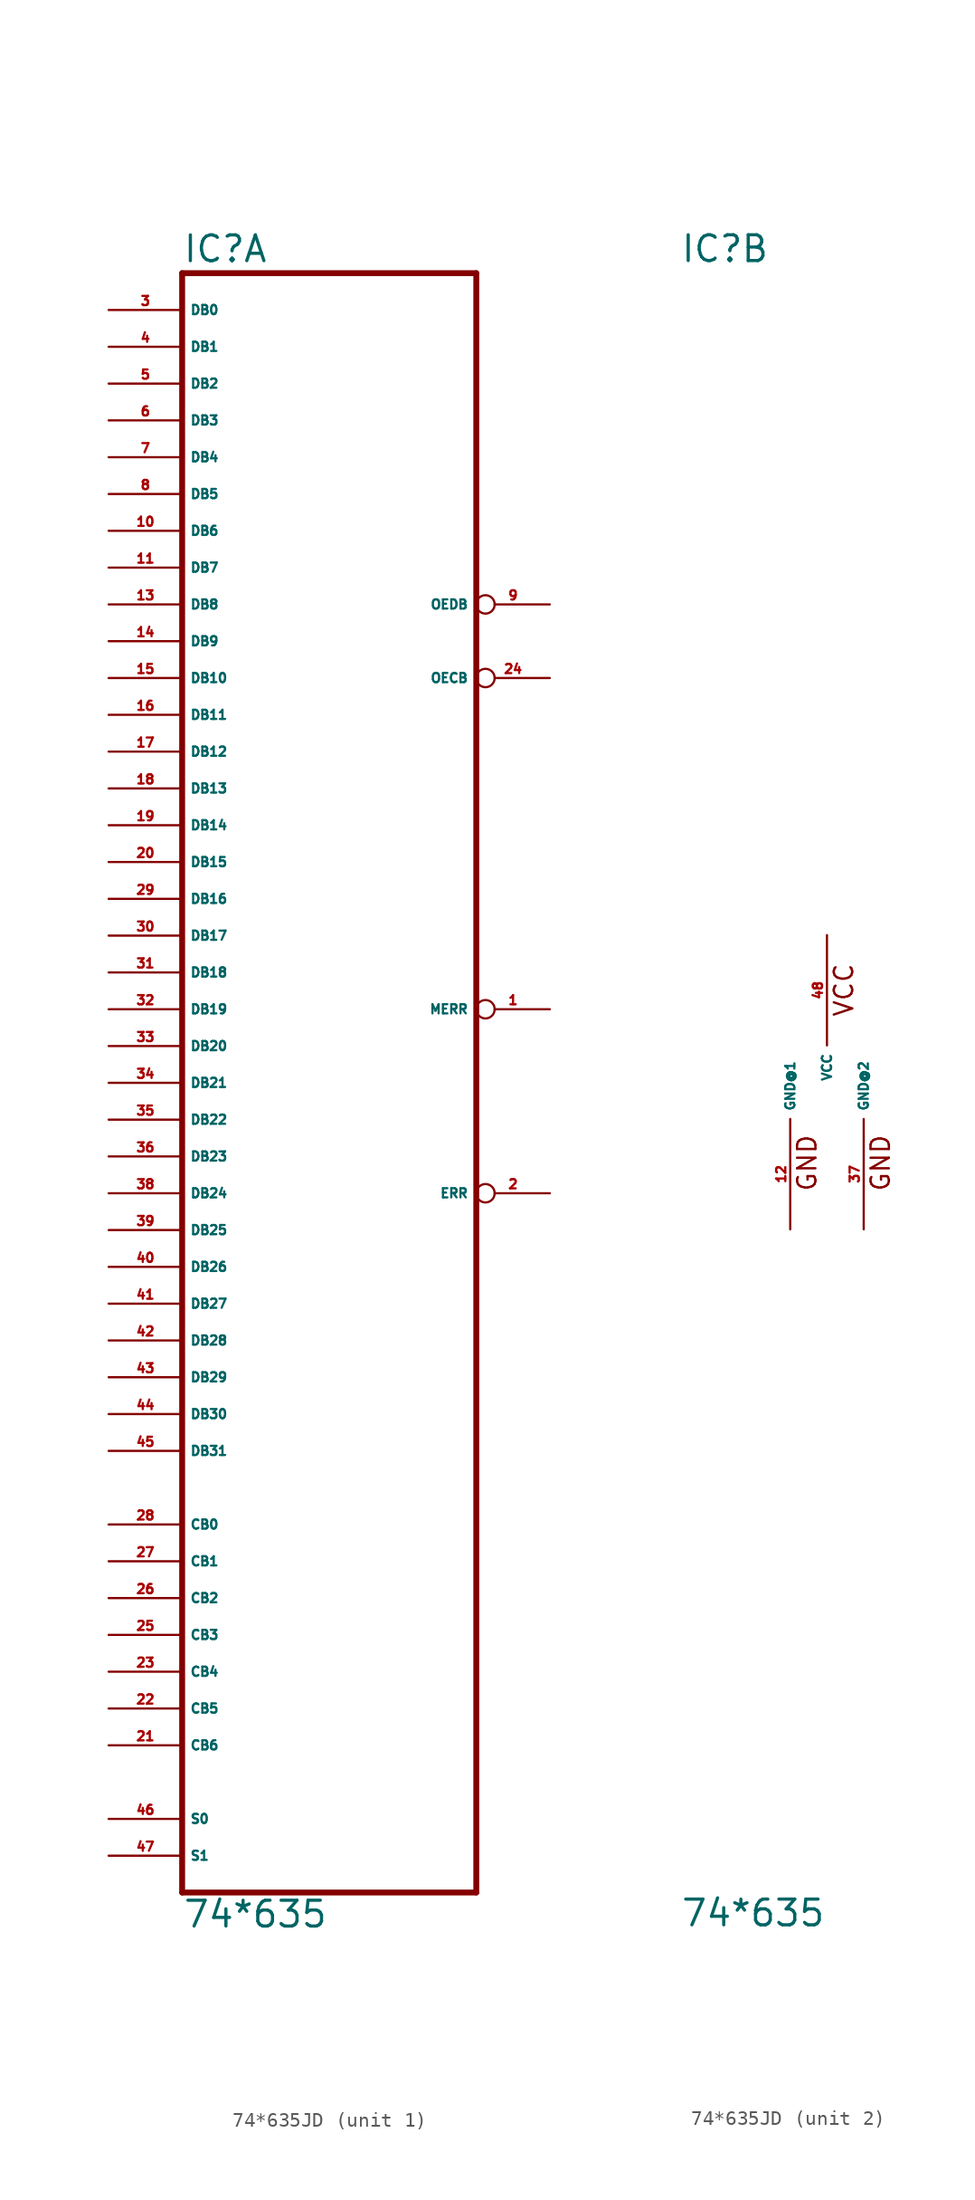
<source format=kicad_sym>
(kicad_symbol_lib
  (version 20220914)
  (generator Eagle2Kicad)
  (symbol "74*635JD"
    (property "Reference" "IC"
      (at -10.16 56.515 0)
      (effects (font (size 1.778 1.778) (thickness 0.22)) (justify left bottom)))
    (property "Value" "74*635"
      (at -10.16 -58.42 0)
      (effects (font (size 1.778 1.778) (thickness 0.22)) (justify left bottom)))
    (symbol "74*635JD_1_0"
      (polyline (pts (xy -10.16 -55.88) (xy 10.16 -55.88)) (stroke (width 0.406) (type default)) (fill (type none)))
      (polyline (pts (xy 10.16 -55.88) (xy 10.16 55.88)) (stroke (width 0.406) (type default)) (fill (type none)))
      (polyline (pts (xy 10.16 55.88) (xy -10.16 55.88)) (stroke (width 0.406) (type default)) (fill (type none)))
      (polyline (pts (xy -10.16 55.88) (xy -10.16 -55.88)) (stroke (width 0.406) (type default)) (fill (type none)))
      (pin output inverted (at 15.24 5.08 180) (length 5.08) (name "MERR" (effects (font (size 0.635 0.635) (thickness 0.08)) (justify left bottom))) (number "1" (effects (font (size 0.635 0.635) (thickness 0.08)) (justify left bottom))))
      (pin output inverted (at 15.24 -7.62 180) (length 5.08) (name "ERR" (effects (font (size 0.635 0.635) (thickness 0.08)) (justify left bottom))) (number "2" (effects (font (size 0.635 0.635) (thickness 0.08)) (justify left bottom))))
      (pin bidirectional line (at -15.24 53.34 0) (length 5.08) (name "DB0" (effects (font (size 0.635 0.635) (thickness 0.08)) (justify left bottom))) (number "3" (effects (font (size 0.635 0.635) (thickness 0.08)) (justify left bottom))))
      (pin bidirectional line (at -15.24 50.8 0) (length 5.08) (name "DB1" (effects (font (size 0.635 0.635) (thickness 0.08)) (justify left bottom))) (number "4" (effects (font (size 0.635 0.635) (thickness 0.08)) (justify left bottom))))
      (pin bidirectional line (at -15.24 48.26 0) (length 5.08) (name "DB2" (effects (font (size 0.635 0.635) (thickness 0.08)) (justify left bottom))) (number "5" (effects (font (size 0.635 0.635) (thickness 0.08)) (justify left bottom))))
      (pin bidirectional line (at -15.24 45.72 0) (length 5.08) (name "DB3" (effects (font (size 0.635 0.635) (thickness 0.08)) (justify left bottom))) (number "6" (effects (font (size 0.635 0.635) (thickness 0.08)) (justify left bottom))))
      (pin bidirectional line (at -15.24 43.18 0) (length 5.08) (name "DB4" (effects (font (size 0.635 0.635) (thickness 0.08)) (justify left bottom))) (number "7" (effects (font (size 0.635 0.635) (thickness 0.08)) (justify left bottom))))
      (pin bidirectional line (at -15.24 40.64 0) (length 5.08) (name "DB5" (effects (font (size 0.635 0.635) (thickness 0.08)) (justify left bottom))) (number "8" (effects (font (size 0.635 0.635) (thickness 0.08)) (justify left bottom))))
      (pin open_collector inverted (at 15.24 33.02 180) (length 5.08) (name "OEDB" (effects (font (size 0.635 0.635) (thickness 0.08)) (justify left bottom))) (number "9" (effects (font (size 0.635 0.635) (thickness 0.08)) (justify left bottom))))
      (pin bidirectional line (at -15.24 38.1 0) (length 5.08) (name "DB6" (effects (font (size 0.635 0.635) (thickness 0.08)) (justify left bottom))) (number "10" (effects (font (size 0.635 0.635) (thickness 0.08)) (justify left bottom))))
      (pin bidirectional line (at -15.24 35.56 0) (length 5.08) (name "DB7" (effects (font (size 0.635 0.635) (thickness 0.08)) (justify left bottom))) (number "11" (effects (font (size 0.635 0.635) (thickness 0.08)) (justify left bottom))))
      (pin bidirectional line (at -15.24 33.02 0) (length 5.08) (name "DB8" (effects (font (size 0.635 0.635) (thickness 0.08)) (justify left bottom))) (number "13" (effects (font (size 0.635 0.635) (thickness 0.08)) (justify left bottom))))
      (pin bidirectional line (at -15.24 30.48 0) (length 5.08) (name "DB9" (effects (font (size 0.635 0.635) (thickness 0.08)) (justify left bottom))) (number "14" (effects (font (size 0.635 0.635) (thickness 0.08)) (justify left bottom))))
      (pin bidirectional line (at -15.24 27.94 0) (length 5.08) (name "DB10" (effects (font (size 0.635 0.635) (thickness 0.08)) (justify left bottom))) (number "15" (effects (font (size 0.635 0.635) (thickness 0.08)) (justify left bottom))))
      (pin bidirectional line (at -15.24 25.4 0) (length 5.08) (name "DB11" (effects (font (size 0.635 0.635) (thickness 0.08)) (justify left bottom))) (number "16" (effects (font (size 0.635 0.635) (thickness 0.08)) (justify left bottom))))
      (pin bidirectional line (at -15.24 22.86 0) (length 5.08) (name "DB12" (effects (font (size 0.635 0.635) (thickness 0.08)) (justify left bottom))) (number "17" (effects (font (size 0.635 0.635) (thickness 0.08)) (justify left bottom))))
      (pin bidirectional line (at -15.24 20.32 0) (length 5.08) (name "DB13" (effects (font (size 0.635 0.635) (thickness 0.08)) (justify left bottom))) (number "18" (effects (font (size 0.635 0.635) (thickness 0.08)) (justify left bottom))))
      (pin bidirectional line (at -15.24 17.78 0) (length 5.08) (name "DB14" (effects (font (size 0.635 0.635) (thickness 0.08)) (justify left bottom))) (number "19" (effects (font (size 0.635 0.635) (thickness 0.08)) (justify left bottom))))
      (pin bidirectional line (at -15.24 15.24 0) (length 5.08) (name "DB15" (effects (font (size 0.635 0.635) (thickness 0.08)) (justify left bottom))) (number "20" (effects (font (size 0.635 0.635) (thickness 0.08)) (justify left bottom))))
      (pin bidirectional line (at -15.24 -45.72 0) (length 5.08) (name "CB6" (effects (font (size 0.635 0.635) (thickness 0.08)) (justify left bottom))) (number "21" (effects (font (size 0.635 0.635) (thickness 0.08)) (justify left bottom))))
      (pin bidirectional line (at -15.24 -43.18 0) (length 5.08) (name "CB5" (effects (font (size 0.635 0.635) (thickness 0.08)) (justify left bottom))) (number "22" (effects (font (size 0.635 0.635) (thickness 0.08)) (justify left bottom))))
      (pin bidirectional line (at -15.24 -40.64 0) (length 5.08) (name "CB4" (effects (font (size 0.635 0.635) (thickness 0.08)) (justify left bottom))) (number "23" (effects (font (size 0.635 0.635) (thickness 0.08)) (justify left bottom))))
      (pin open_collector inverted (at 15.24 27.94 180) (length 5.08) (name "OECB" (effects (font (size 0.635 0.635) (thickness 0.08)) (justify left bottom))) (number "24" (effects (font (size 0.635 0.635) (thickness 0.08)) (justify left bottom))))
      (pin bidirectional line (at -15.24 -38.1 0) (length 5.08) (name "CB3" (effects (font (size 0.635 0.635) (thickness 0.08)) (justify left bottom))) (number "25" (effects (font (size 0.635 0.635) (thickness 0.08)) (justify left bottom))))
      (pin bidirectional line (at -15.24 -35.56 0) (length 5.08) (name "CB2" (effects (font (size 0.635 0.635) (thickness 0.08)) (justify left bottom))) (number "26" (effects (font (size 0.635 0.635) (thickness 0.08)) (justify left bottom))))
      (pin bidirectional line (at -15.24 -33.02 0) (length 5.08) (name "CB1" (effects (font (size 0.635 0.635) (thickness 0.08)) (justify left bottom))) (number "27" (effects (font (size 0.635 0.635) (thickness 0.08)) (justify left bottom))))
      (pin bidirectional line (at -15.24 -30.48 0) (length 5.08) (name "CB0" (effects (font (size 0.635 0.635) (thickness 0.08)) (justify left bottom))) (number "28" (effects (font (size 0.635 0.635) (thickness 0.08)) (justify left bottom))))
      (pin bidirectional line (at -15.24 12.7 0) (length 5.08) (name "DB16" (effects (font (size 0.635 0.635) (thickness 0.08)) (justify left bottom))) (number "29" (effects (font (size 0.635 0.635) (thickness 0.08)) (justify left bottom))))
      (pin bidirectional line (at -15.24 10.16 0) (length 5.08) (name "DB17" (effects (font (size 0.635 0.635) (thickness 0.08)) (justify left bottom))) (number "30" (effects (font (size 0.635 0.635) (thickness 0.08)) (justify left bottom))))
      (pin bidirectional line (at -15.24 7.62 0) (length 5.08) (name "DB18" (effects (font (size 0.635 0.635) (thickness 0.08)) (justify left bottom))) (number "31" (effects (font (size 0.635 0.635) (thickness 0.08)) (justify left bottom))))
      (pin bidirectional line (at -15.24 5.08 0) (length 5.08) (name "DB19" (effects (font (size 0.635 0.635) (thickness 0.08)) (justify left bottom))) (number "32" (effects (font (size 0.635 0.635) (thickness 0.08)) (justify left bottom))))
      (pin bidirectional line (at -15.24 2.54 0) (length 5.08) (name "DB20" (effects (font (size 0.635 0.635) (thickness 0.08)) (justify left bottom))) (number "33" (effects (font (size 0.635 0.635) (thickness 0.08)) (justify left bottom))))
      (pin bidirectional line (at -15.24 0 0) (length 5.08) (name "DB21" (effects (font (size 0.635 0.635) (thickness 0.08)) (justify left bottom))) (number "34" (effects (font (size 0.635 0.635) (thickness 0.08)) (justify left bottom))))
      (pin bidirectional line (at -15.24 -2.54 0) (length 5.08) (name "DB22" (effects (font (size 0.635 0.635) (thickness 0.08)) (justify left bottom))) (number "35" (effects (font (size 0.635 0.635) (thickness 0.08)) (justify left bottom))))
      (pin bidirectional line (at -15.24 -5.08 0) (length 5.08) (name "DB23" (effects (font (size 0.635 0.635) (thickness 0.08)) (justify left bottom))) (number "36" (effects (font (size 0.635 0.635) (thickness 0.08)) (justify left bottom))))
      (pin bidirectional line (at -15.24 -7.62 0) (length 5.08) (name "DB24" (effects (font (size 0.635 0.635) (thickness 0.08)) (justify left bottom))) (number "38" (effects (font (size 0.635 0.635) (thickness 0.08)) (justify left bottom))))
      (pin bidirectional line (at -15.24 -10.16 0) (length 5.08) (name "DB25" (effects (font (size 0.635 0.635) (thickness 0.08)) (justify left bottom))) (number "39" (effects (font (size 0.635 0.635) (thickness 0.08)) (justify left bottom))))
      (pin bidirectional line (at -15.24 -12.7 0) (length 5.08) (name "DB26" (effects (font (size 0.635 0.635) (thickness 0.08)) (justify left bottom))) (number "40" (effects (font (size 0.635 0.635) (thickness 0.08)) (justify left bottom))))
      (pin bidirectional line (at -15.24 -15.24 0) (length 5.08) (name "DB27" (effects (font (size 0.635 0.635) (thickness 0.08)) (justify left bottom))) (number "41" (effects (font (size 0.635 0.635) (thickness 0.08)) (justify left bottom))))
      (pin bidirectional line (at -15.24 -17.78 0) (length 5.08) (name "DB28" (effects (font (size 0.635 0.635) (thickness 0.08)) (justify left bottom))) (number "42" (effects (font (size 0.635 0.635) (thickness 0.08)) (justify left bottom))))
      (pin bidirectional line (at -15.24 -20.32 0) (length 5.08) (name "DB29" (effects (font (size 0.635 0.635) (thickness 0.08)) (justify left bottom))) (number "43" (effects (font (size 0.635 0.635) (thickness 0.08)) (justify left bottom))))
      (pin bidirectional line (at -15.24 -22.86 0) (length 5.08) (name "DB30" (effects (font (size 0.635 0.635) (thickness 0.08)) (justify left bottom))) (number "44" (effects (font (size 0.635 0.635) (thickness 0.08)) (justify left bottom))))
      (pin bidirectional line (at -15.24 -25.4 0) (length 5.08) (name "DB31" (effects (font (size 0.635 0.635) (thickness 0.08)) (justify left bottom))) (number "45" (effects (font (size 0.635 0.635) (thickness 0.08)) (justify left bottom))))
      (pin input line (at -15.24 -50.8 0) (length 5.08) (name "S0" (effects (font (size 0.635 0.635) (thickness 0.08)) (justify left bottom))) (number "46" (effects (font (size 0.635 0.635) (thickness 0.08)) (justify left bottom))))
      (pin input line (at -15.24 -53.34 0) (length 5.08) (name "S1" (effects (font (size 0.635 0.635) (thickness 0.08)) (justify left bottom))) (number "47" (effects (font (size 0.635 0.635) (thickness 0.08)) (justify left bottom)))))
    (symbol "74*635JD_2_0"
      (text "VCC" (at 1.905 4.445 900) (effects (font (size 1.27 1.27) (thickness 0.16)) (justify left bottom)))
      (text "GND" (at -0.635 -7.62 900) (effects (font (size 1.27 1.27) (thickness 0.16)) (justify left bottom)))
      (text "GND" (at 4.445 -7.62 900) (effects (font (size 1.27 1.27) (thickness 0.16)) (justify left bottom)))
      (pin unspecified line (at 0 10.16 270) (length 7.62) (name "VCC" (effects (font (size 0.635 0.635) (thickness 0.08)) (justify left bottom))) (number "48" (effects (font (size 0.635 0.635) (thickness 0.08)) (justify left bottom))))
      (pin unspecified line (at 2.54 -10.16 90) (length 7.62) (name "GND@2" (effects (font (size 0.635 0.635) (thickness 0.08)) (justify left bottom))) (number "37" (effects (font (size 0.635 0.635) (thickness 0.08)) (justify left bottom))))
      (pin unspecified line (at -2.54 -10.16 90) (length 7.62) (name "GND@1" (effects (font (size 0.635 0.635) (thickness 0.08)) (justify left bottom))) (number "12" (effects (font (size 0.635 0.635) (thickness 0.08)) (justify left bottom)))))))
</source>
